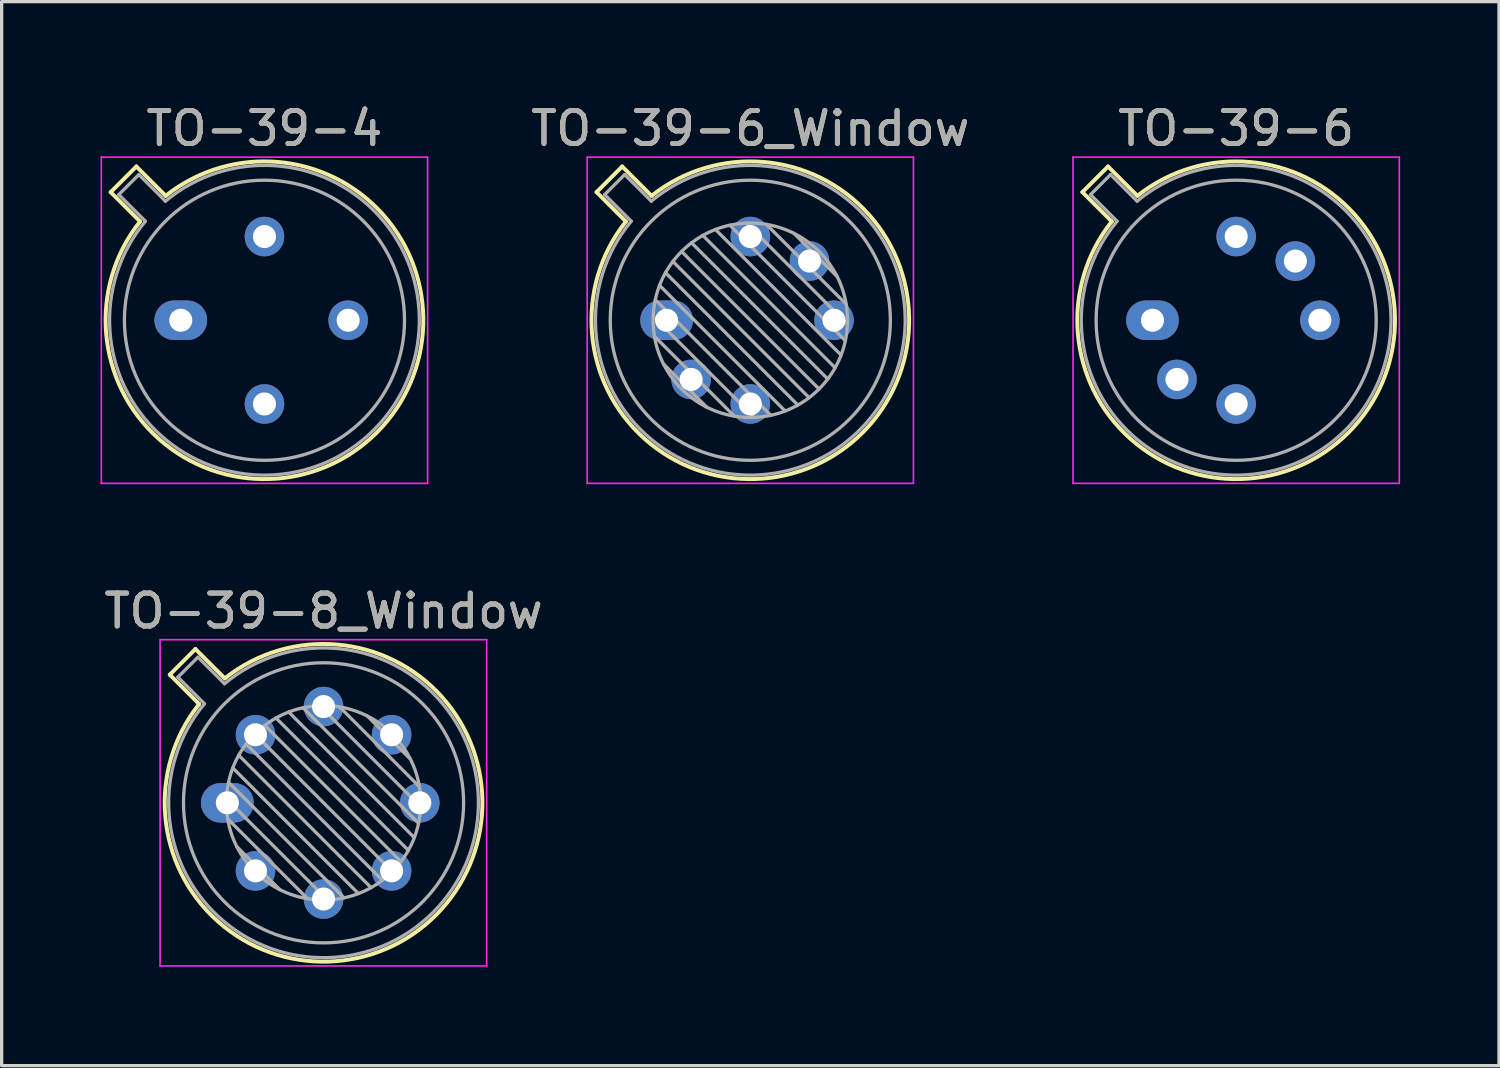
<source format=kicad_pcb>
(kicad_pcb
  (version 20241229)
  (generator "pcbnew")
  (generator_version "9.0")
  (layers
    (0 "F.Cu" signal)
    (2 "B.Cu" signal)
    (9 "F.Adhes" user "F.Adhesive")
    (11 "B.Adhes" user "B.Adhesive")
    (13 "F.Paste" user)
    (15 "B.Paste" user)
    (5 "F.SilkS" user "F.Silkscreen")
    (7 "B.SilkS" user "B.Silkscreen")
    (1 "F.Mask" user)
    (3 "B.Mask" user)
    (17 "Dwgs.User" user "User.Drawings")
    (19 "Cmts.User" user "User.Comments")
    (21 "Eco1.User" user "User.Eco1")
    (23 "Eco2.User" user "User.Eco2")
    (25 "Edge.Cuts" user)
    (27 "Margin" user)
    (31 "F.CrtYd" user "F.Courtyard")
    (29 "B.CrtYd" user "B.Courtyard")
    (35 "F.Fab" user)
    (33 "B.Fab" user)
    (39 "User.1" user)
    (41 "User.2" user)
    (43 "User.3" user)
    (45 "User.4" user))
  (footprint "TO-39-6"
    (layer "F.Cu")
    (at 31.921 6.668)
    (property "Reference" "TO-39-6" (at 2.54 -5.82 0) (layer "F.SilkS") (effects (font (size 1 1) (thickness 0.15))))
    (attr through_hole)
    (fp_line (start -2.126 -3.888) (end -1.235 -2.997) (stroke (width 0.12) (type solid)) (layer "F.SilkS"))
    (fp_line (start -1.348 -4.666) (end -2.126 -3.888) (stroke (width 0.12) (type solid)) (layer "F.SilkS"))
    (fp_line (start -0.457 -3.775) (end -1.348 -4.666) (stroke (width 0.12) (type solid)) (layer "F.SilkS"))
    (fp_arc (start -0.457084 -3.774902) (mid 5.948125 3.408384) (end -1.234674 -2.997371) (stroke (width 0.12) (type solid)) (layer "F.SilkS"))
    (fp_line (start -2.41 -4.95) (end -2.41 4.95) (stroke (width 0.05) (type solid)) (layer "F.CrtYd"))
    (fp_line (start -2.41 4.95) (end 7.49 4.95) (stroke (width 0.05) (type solid)) (layer "F.CrtYd"))
    (fp_line (start 7.49 -4.95) (end -2.41 -4.95) (stroke (width 0.05) (type solid)) (layer "F.CrtYd"))
    (fp_line (start 7.49 4.95) (end 7.49 -4.95) (stroke (width 0.05) (type solid)) (layer "F.CrtYd"))
    (fp_line (start -1.88 -3.812) (end -1.074 -3.005) (stroke (width 0.1) (type solid)) (layer "F.Fab"))
    (fp_line (start -1.272 -4.42) (end -1.88 -3.812) (stroke (width 0.1) (type solid)) (layer "F.Fab"))
    (fp_line (start -0.465 -3.614) (end -1.272 -4.42) (stroke (width 0.1) (type solid)) (layer "F.Fab"))
    (fp_arc (start -0.465408 -3.61352) (mid 5.863443 3.323361) (end -1.073594 -3.005319) (stroke (width 0.1) (type solid)) (layer "F.Fab"))
    (fp_circle (center 2.54 0) (end 6.79 0) (stroke (width 0.1) (type solid)) (fill no) (layer "F.Fab"))
    (fp_text user "${REFERENCE}" (at 2.54 -5.82 0) (layer "F.Fab") (effects (font (size 1 1) (thickness 0.15))))
    (pad "1" thru_hole oval (at 0 0) (size 1.6 1.2) (drill 0.7) (layers "*.Cu" "*.Mask"))
    (pad "2" thru_hole oval (at 0.744 1.796) (size 1.2 1.2) (drill 0.7) (layers "*.Cu" "*.Mask"))
    (pad "3" thru_hole oval (at 2.54 2.54) (size 1.2 1.2) (drill 0.7) (layers "*.Cu" "*.Mask"))
    (pad "4" thru_hole oval (at 5.08 0) (size 1.2 1.2) (drill 0.7) (layers "*.Cu" "*.Mask"))
    (pad "5" thru_hole oval (at 4.336 -1.796) (size 1.2 1.2) (drill 0.7) (layers "*.Cu" "*.Mask"))
    (pad "6" thru_hole oval (at 2.54 -2.54) (size 1.2 1.2) (drill 0.7) (layers "*.Cu" "*.Mask")))
  (footprint "TO-39-4"
    (layer "F.Cu")
    (at 2.435 6.668)
    (property "Reference" "TO-39-4" (at 2.54 -5.82 0) (layer "F.SilkS") (effects (font (size 1 1) (thickness 0.15))))
    (attr through_hole)
    (fp_line (start -2.126 -3.888) (end -1.235 -2.997) (stroke (width 0.12) (type solid)) (layer "F.SilkS"))
    (fp_line (start -1.348 -4.666) (end -2.126 -3.888) (stroke (width 0.12) (type solid)) (layer "F.SilkS"))
    (fp_line (start -0.457 -3.775) (end -1.348 -4.666) (stroke (width 0.12) (type solid)) (layer "F.SilkS"))
    (fp_arc (start -0.457084 -3.774902) (mid 5.948125 3.408384) (end -1.234674 -2.997371) (stroke (width 0.12) (type solid)) (layer "F.SilkS"))
    (fp_line (start -2.41 -4.95) (end -2.41 4.95) (stroke (width 0.05) (type solid)) (layer "F.CrtYd"))
    (fp_line (start -2.41 4.95) (end 7.49 4.95) (stroke (width 0.05) (type solid)) (layer "F.CrtYd"))
    (fp_line (start 7.49 -4.95) (end -2.41 -4.95) (stroke (width 0.05) (type solid)) (layer "F.CrtYd"))
    (fp_line (start 7.49 4.95) (end 7.49 -4.95) (stroke (width 0.05) (type solid)) (layer "F.CrtYd"))
    (fp_line (start -1.88 -3.812) (end -1.074 -3.005) (stroke (width 0.1) (type solid)) (layer "F.Fab"))
    (fp_line (start -1.272 -4.42) (end -1.88 -3.812) (stroke (width 0.1) (type solid)) (layer "F.Fab"))
    (fp_line (start -0.465 -3.614) (end -1.272 -4.42) (stroke (width 0.1) (type solid)) (layer "F.Fab"))
    (fp_arc (start -0.465408 -3.61352) (mid 5.863443 3.323361) (end -1.073594 -3.005319) (stroke (width 0.1) (type solid)) (layer "F.Fab"))
    (fp_circle (center 2.54 0) (end 6.79 0) (stroke (width 0.1) (type solid)) (fill no) (layer "F.Fab"))
    (fp_text user "${REFERENCE}" (at 2.54 -5.82 0) (layer "F.Fab") (effects (font (size 1 1) (thickness 0.15))))
    (pad "1" thru_hole oval (at 0 0) (size 1.6 1.2) (drill 0.7) (layers "*.Cu" "*.Mask"))
    (pad "2" thru_hole oval (at 2.54 2.54) (size 1.2 1.2) (drill 0.7) (layers "*.Cu" "*.Mask"))
    (pad "3" thru_hole oval (at 5.08 0) (size 1.2 1.2) (drill 0.7) (layers "*.Cu" "*.Mask"))
    (pad "4" thru_hole oval (at 2.54 -2.54) (size 1.2 1.2) (drill 0.7) (layers "*.Cu" "*.Mask")))
  (footprint "TO-39-6_Window"
    (layer "F.Cu")
    (at 17.178 6.668)
    (property "Reference" "TO-39-6_Window" (at 2.54 -5.82 0) (layer "F.SilkS") (effects (font (size 1 1) (thickness 0.15))))
    (attr through_hole)
    (fp_line (start -2.126 -3.888) (end -1.235 -2.997) (stroke (width 0.12) (type solid)) (layer "F.SilkS"))
    (fp_line (start -1.348 -4.666) (end -2.126 -3.888) (stroke (width 0.12) (type solid)) (layer "F.SilkS"))
    (fp_line (start -0.457 -3.775) (end -1.348 -4.666) (stroke (width 0.12) (type solid)) (layer "F.SilkS"))
    (fp_arc (start -0.457084 -3.774902) (mid 5.948125 3.408384) (end -1.234674 -2.997371) (stroke (width 0.12) (type solid)) (layer "F.SilkS"))
    (fp_line (start -2.41 -4.95) (end -2.41 4.95) (stroke (width 0.05) (type solid)) (layer "F.CrtYd"))
    (fp_line (start -2.41 4.95) (end 7.49 4.95) (stroke (width 0.05) (type solid)) (layer "F.CrtYd"))
    (fp_line (start 7.49 -4.95) (end -2.41 -4.95) (stroke (width 0.05) (type solid)) (layer "F.CrtYd"))
    (fp_line (start 7.49 4.95) (end 7.49 -4.95) (stroke (width 0.05) (type solid)) (layer "F.CrtYd"))
    (fp_line (start -1.88 -3.812) (end -1.074 -3.005) (stroke (width 0.1) (type solid)) (layer "F.Fab"))
    (fp_line (start -1.272 -4.42) (end -1.88 -3.812) (stroke (width 0.1) (type solid)) (layer "F.Fab"))
    (fp_line (start -0.465 -3.614) (end -1.272 -4.42) (stroke (width 0.1) (type solid)) (layer "F.Fab"))
    (fp_line (start -0.408 -0.12) (end 2.66 2.948) (stroke (width 0.1) (type solid)) (layer "F.Fab"))
    (fp_line (start -0.371 0.485) (end 2.055 2.911) (stroke (width 0.1) (type solid)) (layer "F.Fab"))
    (fp_line (start -0.344 -0.622) (end 3.162 2.884) (stroke (width 0.1) (type solid)) (layer "F.Fab"))
    (fp_line (start -0.215 -1.058) (end 3.598 2.755) (stroke (width 0.1) (type solid)) (layer "F.Fab"))
    (fp_line (start -0.097 1.324) (end 1.216 2.637) (stroke (width 0.1) (type solid)) (layer "F.Fab"))
    (fp_line (start -0.034 -1.443) (end 3.983 2.574) (stroke (width 0.1) (type solid)) (layer "F.Fab"))
    (fp_line (start 0.19 -1.784) (end 4.324 2.35) (stroke (width 0.1) (type solid)) (layer "F.Fab"))
    (fp_line (start 0.454 -2.086) (end 4.626 2.086) (stroke (width 0.1) (type solid)) (layer "F.Fab"))
    (fp_line (start 0.756 -2.35) (end 4.89 1.784) (stroke (width 0.1) (type solid)) (layer "F.Fab"))
    (fp_line (start 1.097 -2.574) (end 5.114 1.443) (stroke (width 0.1) (type solid)) (layer "F.Fab"))
    (fp_line (start 1.482 -2.755) (end 5.295 1.058) (stroke (width 0.1) (type solid)) (layer "F.Fab"))
    (fp_line (start 1.918 -2.884) (end 5.424 0.622) (stroke (width 0.1) (type solid)) (layer "F.Fab"))
    (fp_line (start 2.42 -2.948) (end 5.488 0.12) (stroke (width 0.1) (type solid)) (layer "F.Fab"))
    (fp_line (start 3.025 -2.911) (end 5.451 -0.485) (stroke (width 0.1) (type solid)) (layer "F.Fab"))
    (fp_line (start 3.864 -2.637) (end 5.177 -1.324) (stroke (width 0.1) (type solid)) (layer "F.Fab"))
    (fp_arc (start -0.465408 -3.61352) (mid 5.863443 3.323361) (end -1.073594 -3.005319) (stroke (width 0.1) (type solid)) (layer "F.Fab"))
    (fp_circle (center 2.54 0) (end 5.49 0) (stroke (width 0.1) (type solid)) (fill no) (layer "F.Fab"))
    (fp_circle (center 2.54 0) (end 6.79 0) (stroke (width 0.1) (type solid)) (fill no) (layer "F.Fab"))
    (fp_text user "${REFERENCE}" (at 2.54 -5.82 0) (layer "F.Fab") (effects (font (size 1 1) (thickness 0.15))))
    (pad "1" thru_hole oval (at 0 0) (size 1.6 1.2) (drill 0.7) (layers "*.Cu" "*.Mask"))
    (pad "2" thru_hole oval (at 0.744 1.796) (size 1.2 1.2) (drill 0.7) (layers "*.Cu" "*.Mask"))
    (pad "3" thru_hole oval (at 2.54 2.54) (size 1.2 1.2) (drill 0.7) (layers "*.Cu" "*.Mask"))
    (pad "4" thru_hole oval (at 5.08 0) (size 1.2 1.2) (drill 0.7) (layers "*.Cu" "*.Mask"))
    (pad "5" thru_hole oval (at 4.336 -1.796) (size 1.2 1.2) (drill 0.7) (layers "*.Cu" "*.Mask"))
    (pad "6" thru_hole oval (at 2.54 -2.54) (size 1.2 1.2) (drill 0.7) (layers "*.Cu" "*.Mask")))
  (footprint "TO-39-8_Window"
    (layer "F.Cu")
    (at 3.848 21.311)
    (property "Reference" "TO-39-8_Window" (at 2.92 -5.82 0) (layer "F.SilkS") (effects (font (size 1 1) (thickness 0.15))))
    (attr through_hole)
    (fp_line (start -1.746 -3.888) (end -0.855 -2.997) (stroke (width 0.12) (type solid)) (layer "F.SilkS"))
    (fp_line (start -0.968 -4.666) (end -1.746 -3.888) (stroke (width 0.12) (type solid)) (layer "F.SilkS"))
    (fp_line (start -0.077 -3.775) (end -0.968 -4.666) (stroke (width 0.12) (type solid)) (layer "F.SilkS"))
    (fp_arc (start -0.077084 -3.774902) (mid 6.328125 3.408384) (end -0.854674 -2.997371) (stroke (width 0.12) (type solid)) (layer "F.SilkS"))
    (fp_line (start -2.04 -4.95) (end -2.04 4.95) (stroke (width 0.05) (type solid)) (layer "F.CrtYd"))
    (fp_line (start -2.04 4.95) (end 7.87 4.95) (stroke (width 0.05) (type solid)) (layer "F.CrtYd"))
    (fp_line (start 7.87 -4.95) (end -2.04 -4.95) (stroke (width 0.05) (type solid)) (layer "F.CrtYd"))
    (fp_line (start 7.87 4.95) (end 7.87 -4.95) (stroke (width 0.05) (type solid)) (layer "F.CrtYd"))
    (fp_line (start -1.5 -3.812) (end -0.694 -3.005) (stroke (width 0.1) (type solid)) (layer "F.Fab"))
    (fp_line (start -0.892 -4.42) (end -1.5 -3.812) (stroke (width 0.1) (type solid)) (layer "F.Fab"))
    (fp_line (start -0.085 -3.614) (end -0.892 -4.42) (stroke (width 0.1) (type solid)) (layer "F.Fab"))
    (fp_line (start -0.028 -0.12) (end 3.04 2.948) (stroke (width 0.1) (type solid)) (layer "F.Fab"))
    (fp_line (start 0.009 0.485) (end 2.435 2.911) (stroke (width 0.1) (type solid)) (layer "F.Fab"))
    (fp_line (start 0.036 -0.622) (end 3.542 2.884) (stroke (width 0.1) (type solid)) (layer "F.Fab"))
    (fp_line (start 0.165 -1.058) (end 3.978 2.755) (stroke (width 0.1) (type solid)) (layer "F.Fab"))
    (fp_line (start 0.283 1.324) (end 1.596 2.637) (stroke (width 0.1) (type solid)) (layer "F.Fab"))
    (fp_line (start 0.346 -1.443) (end 4.363 2.574) (stroke (width 0.1) (type solid)) (layer "F.Fab"))
    (fp_line (start 0.57 -1.784) (end 4.704 2.35) (stroke (width 0.1) (type solid)) (layer "F.Fab"))
    (fp_line (start 0.834 -2.086) (end 5.006 2.086) (stroke (width 0.1) (type solid)) (layer "F.Fab"))
    (fp_line (start 1.136 -2.35) (end 5.27 1.784) (stroke (width 0.1) (type solid)) (layer "F.Fab"))
    (fp_line (start 1.477 -2.574) (end 5.494 1.443) (stroke (width 0.1) (type solid)) (layer "F.Fab"))
    (fp_line (start 1.862 -2.755) (end 5.675 1.058) (stroke (width 0.1) (type solid)) (layer "F.Fab"))
    (fp_line (start 2.298 -2.884) (end 5.804 0.622) (stroke (width 0.1) (type solid)) (layer "F.Fab"))
    (fp_line (start 2.8 -2.948) (end 5.868 0.12) (stroke (width 0.1) (type solid)) (layer "F.Fab"))
    (fp_line (start 3.405 -2.911) (end 5.831 -0.485) (stroke (width 0.1) (type solid)) (layer "F.Fab"))
    (fp_line (start 4.244 -2.637) (end 5.557 -1.324) (stroke (width 0.1) (type solid)) (layer "F.Fab"))
    (fp_arc (start -0.085408 -3.61352) (mid 6.243443 3.323361) (end -0.693594 -3.005319) (stroke (width 0.1) (type solid)) (layer "F.Fab"))
    (fp_circle (center 2.92 0) (end 5.87 0) (stroke (width 0.1) (type solid)) (fill no) (layer "F.Fab"))
    (fp_circle (center 2.92 0) (end 7.17 0) (stroke (width 0.1) (type solid)) (fill no) (layer "F.Fab"))
    (fp_text user "${REFERENCE}" (at 2.92 -5.82 0) (layer "F.Fab") (effects (font (size 1 1) (thickness 0.15))))
    (pad "1" thru_hole oval (at 0 0) (size 1.6 1.2) (drill 0.7) (layers "*.Cu" "*.Mask"))
    (pad "2" thru_hole oval (at 0.855 2.065) (size 1.2 1.2) (drill 0.7) (layers "*.Cu" "*.Mask"))
    (pad "3" thru_hole oval (at 2.92 2.92) (size 1.2 1.2) (drill 0.7) (layers "*.Cu" "*.Mask"))
    (pad "4" thru_hole oval (at 4.985 2.065) (size 1.2 1.2) (drill 0.7) (layers "*.Cu" "*.Mask"))
    (pad "5" thru_hole oval (at 5.84 0) (size 1.2 1.2) (drill 0.7) (layers "*.Cu" "*.Mask"))
    (pad "6" thru_hole oval (at 4.985 -2.065) (size 1.2 1.2) (drill 0.7) (layers "*.Cu" "*.Mask"))
    (pad "7" thru_hole oval (at 2.92 -2.92) (size 1.2 1.2) (drill 0.7) (layers "*.Cu" "*.Mask"))
    (pad "8" thru_hole oval (at 0.855 -2.065) (size 1.2 1.2) (drill 0.7) (layers "*.Cu" "*.Mask")))
  (gr_rect
    (start -3 -3)
    (end 42.436 29.287)
    (stroke (width 0.1) (type default))
    (fill no)
    (layer "Edge.Cuts")))
</source>
